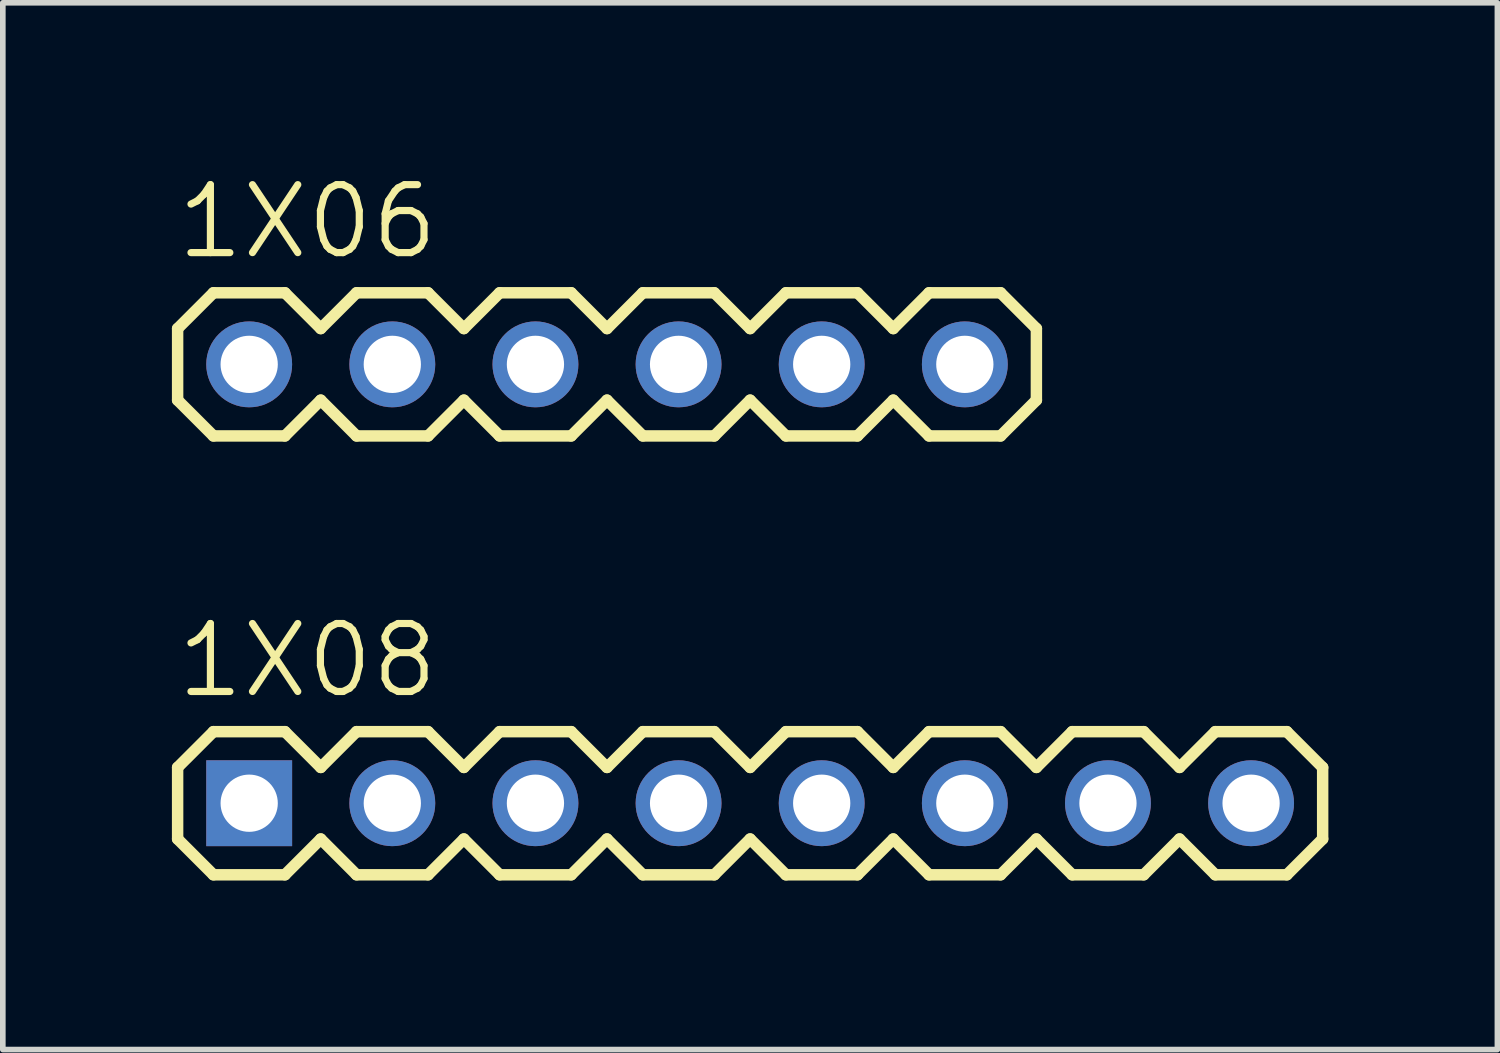
<source format=kicad_pcb>
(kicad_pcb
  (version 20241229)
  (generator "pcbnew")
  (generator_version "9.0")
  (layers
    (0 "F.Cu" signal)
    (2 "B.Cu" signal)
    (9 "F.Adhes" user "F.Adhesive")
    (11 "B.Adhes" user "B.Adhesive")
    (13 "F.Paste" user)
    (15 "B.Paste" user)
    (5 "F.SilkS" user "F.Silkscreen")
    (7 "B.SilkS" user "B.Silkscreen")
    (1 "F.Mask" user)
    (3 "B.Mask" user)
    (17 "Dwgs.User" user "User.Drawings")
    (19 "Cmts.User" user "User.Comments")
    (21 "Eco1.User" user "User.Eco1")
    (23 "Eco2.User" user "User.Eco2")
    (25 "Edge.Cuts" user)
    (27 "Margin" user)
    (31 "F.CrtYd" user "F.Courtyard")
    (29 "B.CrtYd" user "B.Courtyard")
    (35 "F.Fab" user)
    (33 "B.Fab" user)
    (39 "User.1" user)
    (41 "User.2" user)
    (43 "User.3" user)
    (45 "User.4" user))
  (footprint "1X08"
    (layer "F.Cu")
    (at 1.372 11.204)
    (property "Reference" "1X08" (at -1.346 -1.829 0) (layer "F.SilkS") (effects (font (size 1.206 1.206) (thickness 0.127)) (justify left bottom)))
    (attr through_hole)
    (fp_line (start -1.27 -0.635) (end -1.27 0.635) (stroke (width 0.203) (type solid)) (layer "F.SilkS"))
    (fp_line (start -1.27 0.635) (end -0.635 1.27) (stroke (width 0.203) (type solid)) (layer "F.SilkS"))
    (fp_line (start -0.635 -1.27) (end -1.27 -0.635) (stroke (width 0.203) (type solid)) (layer "F.SilkS"))
    (fp_line (start -0.635 -1.27) (end 0.635 -1.27) (stroke (width 0.203) (type solid)) (layer "F.SilkS"))
    (fp_line (start 0.635 -1.27) (end 1.27 -0.635) (stroke (width 0.203) (type solid)) (layer "F.SilkS"))
    (fp_line (start 0.635 1.27) (end -0.635 1.27) (stroke (width 0.203) (type solid)) (layer "F.SilkS"))
    (fp_line (start 1.27 -0.635) (end 1.905 -1.27) (stroke (width 0.203) (type solid)) (layer "F.SilkS"))
    (fp_line (start 1.27 0.635) (end 0.635 1.27) (stroke (width 0.203) (type solid)) (layer "F.SilkS"))
    (fp_line (start 1.905 -1.27) (end 3.175 -1.27) (stroke (width 0.203) (type solid)) (layer "F.SilkS"))
    (fp_line (start 1.905 1.27) (end 1.27 0.635) (stroke (width 0.203) (type solid)) (layer "F.SilkS"))
    (fp_line (start 3.175 -1.27) (end 3.81 -0.635) (stroke (width 0.203) (type solid)) (layer "F.SilkS"))
    (fp_line (start 3.175 1.27) (end 1.905 1.27) (stroke (width 0.203) (type solid)) (layer "F.SilkS"))
    (fp_line (start 3.81 -0.635) (end 4.445 -1.27) (stroke (width 0.203) (type solid)) (layer "F.SilkS"))
    (fp_line (start 3.81 0.635) (end 3.175 1.27) (stroke (width 0.203) (type solid)) (layer "F.SilkS"))
    (fp_line (start 4.445 -1.27) (end 5.715 -1.27) (stroke (width 0.203) (type solid)) (layer "F.SilkS"))
    (fp_line (start 4.445 1.27) (end 3.81 0.635) (stroke (width 0.203) (type solid)) (layer "F.SilkS"))
    (fp_line (start 5.715 -1.27) (end 6.35 -0.635) (stroke (width 0.203) (type solid)) (layer "F.SilkS"))
    (fp_line (start 5.715 1.27) (end 4.445 1.27) (stroke (width 0.203) (type solid)) (layer "F.SilkS"))
    (fp_line (start 6.35 0.635) (end 5.715 1.27) (stroke (width 0.203) (type solid)) (layer "F.SilkS"))
    (fp_line (start 6.35 0.635) (end 6.985 1.27) (stroke (width 0.203) (type solid)) (layer "F.SilkS"))
    (fp_line (start 6.985 -1.27) (end 6.35 -0.635) (stroke (width 0.203) (type solid)) (layer "F.SilkS"))
    (fp_line (start 6.985 -1.27) (end 8.255 -1.27) (stroke (width 0.203) (type solid)) (layer "F.SilkS"))
    (fp_line (start 8.255 -1.27) (end 8.89 -0.635) (stroke (width 0.203) (type solid)) (layer "F.SilkS"))
    (fp_line (start 8.255 1.27) (end 6.985 1.27) (stroke (width 0.203) (type solid)) (layer "F.SilkS"))
    (fp_line (start 8.89 -0.635) (end 9.525 -1.27) (stroke (width 0.203) (type solid)) (layer "F.SilkS"))
    (fp_line (start 8.89 0.635) (end 8.255 1.27) (stroke (width 0.203) (type solid)) (layer "F.SilkS"))
    (fp_line (start 9.525 -1.27) (end 10.795 -1.27) (stroke (width 0.203) (type solid)) (layer "F.SilkS"))
    (fp_line (start 9.525 1.27) (end 8.89 0.635) (stroke (width 0.203) (type solid)) (layer "F.SilkS"))
    (fp_line (start 10.795 -1.27) (end 11.43 -0.635) (stroke (width 0.203) (type solid)) (layer "F.SilkS"))
    (fp_line (start 10.795 1.27) (end 9.525 1.27) (stroke (width 0.203) (type solid)) (layer "F.SilkS"))
    (fp_line (start 11.43 -0.635) (end 12.065 -1.27) (stroke (width 0.203) (type solid)) (layer "F.SilkS"))
    (fp_line (start 11.43 0.635) (end 10.795 1.27) (stroke (width 0.203) (type solid)) (layer "F.SilkS"))
    (fp_line (start 12.065 -1.27) (end 13.335 -1.27) (stroke (width 0.203) (type solid)) (layer "F.SilkS"))
    (fp_line (start 12.065 1.27) (end 11.43 0.635) (stroke (width 0.203) (type solid)) (layer "F.SilkS"))
    (fp_line (start 13.335 -1.27) (end 13.97 -0.635) (stroke (width 0.203) (type solid)) (layer "F.SilkS"))
    (fp_line (start 13.335 1.27) (end 12.065 1.27) (stroke (width 0.203) (type solid)) (layer "F.SilkS"))
    (fp_line (start 13.97 0.635) (end 13.335 1.27) (stroke (width 0.203) (type solid)) (layer "F.SilkS"))
    (fp_line (start 13.97 0.635) (end 14.605 1.27) (stroke (width 0.203) (type solid)) (layer "F.SilkS"))
    (fp_line (start 14.605 -1.27) (end 13.97 -0.635) (stroke (width 0.203) (type solid)) (layer "F.SilkS"))
    (fp_line (start 14.605 -1.27) (end 15.875 -1.27) (stroke (width 0.203) (type solid)) (layer "F.SilkS"))
    (fp_line (start 15.875 -1.27) (end 16.51 -0.635) (stroke (width 0.203) (type solid)) (layer "F.SilkS"))
    (fp_line (start 15.875 1.27) (end 14.605 1.27) (stroke (width 0.203) (type solid)) (layer "F.SilkS"))
    (fp_line (start 16.51 0.635) (end 15.875 1.27) (stroke (width 0.203) (type solid)) (layer "F.SilkS"))
    (fp_line (start 16.51 0.635) (end 17.145 1.27) (stroke (width 0.203) (type solid)) (layer "F.SilkS"))
    (fp_line (start 17.145 -1.27) (end 16.51 -0.635) (stroke (width 0.203) (type solid)) (layer "F.SilkS"))
    (fp_line (start 17.145 -1.27) (end 18.415 -1.27) (stroke (width 0.203) (type solid)) (layer "F.SilkS"))
    (fp_line (start 18.415 -1.27) (end 19.05 -0.635) (stroke (width 0.203) (type solid)) (layer "F.SilkS"))
    (fp_line (start 18.415 1.27) (end 17.145 1.27) (stroke (width 0.203) (type solid)) (layer "F.SilkS"))
    (fp_line (start 19.05 -0.635) (end 19.05 0.635) (stroke (width 0.203) (type solid)) (layer "F.SilkS"))
    (fp_line (start 19.05 0.635) (end 18.415 1.27) (stroke (width 0.203) (type solid)) (layer "F.SilkS"))
    (fp_poly (pts (xy -0.254 0.254) (xy 0.254 0.254) (xy 0.254 -0.254) (xy -0.254 -0.254)) (stroke (width 0.1) (type solid)) (fill no) (layer "F.Fab"))
    (fp_poly (pts (xy 2.286 0.254) (xy 2.794 0.254) (xy 2.794 -0.254) (xy 2.286 -0.254)) (stroke (width 0.1) (type solid)) (fill no) (layer "F.Fab"))
    (fp_poly (pts (xy 4.826 0.254) (xy 5.334 0.254) (xy 5.334 -0.254) (xy 4.826 -0.254)) (stroke (width 0.1) (type solid)) (fill no) (layer "F.Fab"))
    (fp_poly (pts (xy 7.366 0.254) (xy 7.874 0.254) (xy 7.874 -0.254) (xy 7.366 -0.254)) (stroke (width 0.1) (type solid)) (fill no) (layer "F.Fab"))
    (fp_poly (pts (xy 9.906 0.254) (xy 10.414 0.254) (xy 10.414 -0.254) (xy 9.906 -0.254)) (stroke (width 0.1) (type solid)) (fill no) (layer "F.Fab"))
    (fp_poly (pts (xy 12.446 0.254) (xy 12.954 0.254) (xy 12.954 -0.254) (xy 12.446 -0.254)) (stroke (width 0.1) (type solid)) (fill no) (layer "F.Fab"))
    (fp_poly (pts (xy 14.986 0.254) (xy 15.494 0.254) (xy 15.494 -0.254) (xy 14.986 -0.254)) (stroke (width 0.1) (type solid)) (fill no) (layer "F.Fab"))
    (fp_poly (pts (xy 17.526 0.254) (xy 18.034 0.254) (xy 18.034 -0.254) (xy 17.526 -0.254)) (stroke (width 0.1) (type solid)) (fill no) (layer "F.Fab"))
    (pad "1" thru_hole rect (at 0 0 90) (size 1.524 1.524) (drill 1.016) (layers "*.Cu" "*.Mask"))
    (pad "2" thru_hole circle (at 2.54 0 90) (size 1.524 1.524) (drill 1.016) (layers "*.Cu" "*.Mask"))
    (pad "3" thru_hole circle (at 5.08 0 90) (size 1.524 1.524) (drill 1.016) (layers "*.Cu" "*.Mask"))
    (pad "4" thru_hole circle (at 7.62 0 90) (size 1.524 1.524) (drill 1.016) (layers "*.Cu" "*.Mask"))
    (pad "5" thru_hole circle (at 10.16 0 90) (size 1.524 1.524) (drill 1.016) (layers "*.Cu" "*.Mask"))
    (pad "6" thru_hole circle (at 12.7 0 90) (size 1.524 1.524) (drill 1.016) (layers "*.Cu" "*.Mask"))
    (pad "7" thru_hole circle (at 15.24 0 90) (size 1.524 1.524) (drill 1.016) (layers "*.Cu" "*.Mask"))
    (pad "8" thru_hole circle (at 17.78 0 90) (size 1.524 1.524) (drill 1.016) (layers "*.Cu" "*.Mask")))
  (footprint "1X06"
    (layer "F.Cu")
    (at 1.372 3.416)
    (property "Reference" "1X06" (at -1.346 -1.829 0) (layer "F.SilkS") (effects (font (size 1.206 1.206) (thickness 0.127)) (justify left bottom)))
    (attr through_hole)
    (fp_line (start -1.27 -0.635) (end -1.27 0.635) (stroke (width 0.203) (type solid)) (layer "F.SilkS"))
    (fp_line (start -1.27 0.635) (end -0.635 1.27) (stroke (width 0.203) (type solid)) (layer "F.SilkS"))
    (fp_line (start -0.635 -1.27) (end -1.27 -0.635) (stroke (width 0.203) (type solid)) (layer "F.SilkS"))
    (fp_line (start -0.635 -1.27) (end 0.635 -1.27) (stroke (width 0.203) (type solid)) (layer "F.SilkS"))
    (fp_line (start 0.635 -1.27) (end 1.27 -0.635) (stroke (width 0.203) (type solid)) (layer "F.SilkS"))
    (fp_line (start 0.635 1.27) (end -0.635 1.27) (stroke (width 0.203) (type solid)) (layer "F.SilkS"))
    (fp_line (start 1.27 -0.635) (end 1.905 -1.27) (stroke (width 0.203) (type solid)) (layer "F.SilkS"))
    (fp_line (start 1.27 0.635) (end 0.635 1.27) (stroke (width 0.203) (type solid)) (layer "F.SilkS"))
    (fp_line (start 1.905 -1.27) (end 3.175 -1.27) (stroke (width 0.203) (type solid)) (layer "F.SilkS"))
    (fp_line (start 1.905 1.27) (end 1.27 0.635) (stroke (width 0.203) (type solid)) (layer "F.SilkS"))
    (fp_line (start 3.175 -1.27) (end 3.81 -0.635) (stroke (width 0.203) (type solid)) (layer "F.SilkS"))
    (fp_line (start 3.175 1.27) (end 1.905 1.27) (stroke (width 0.203) (type solid)) (layer "F.SilkS"))
    (fp_line (start 3.81 -0.635) (end 4.445 -1.27) (stroke (width 0.203) (type solid)) (layer "F.SilkS"))
    (fp_line (start 3.81 0.635) (end 3.175 1.27) (stroke (width 0.203) (type solid)) (layer "F.SilkS"))
    (fp_line (start 4.445 -1.27) (end 5.715 -1.27) (stroke (width 0.203) (type solid)) (layer "F.SilkS"))
    (fp_line (start 4.445 1.27) (end 3.81 0.635) (stroke (width 0.203) (type solid)) (layer "F.SilkS"))
    (fp_line (start 5.715 -1.27) (end 6.35 -0.635) (stroke (width 0.203) (type solid)) (layer "F.SilkS"))
    (fp_line (start 5.715 1.27) (end 4.445 1.27) (stroke (width 0.203) (type solid)) (layer "F.SilkS"))
    (fp_line (start 6.35 0.635) (end 5.715 1.27) (stroke (width 0.203) (type solid)) (layer "F.SilkS"))
    (fp_line (start 6.35 0.635) (end 6.985 1.27) (stroke (width 0.203) (type solid)) (layer "F.SilkS"))
    (fp_line (start 6.985 -1.27) (end 6.35 -0.635) (stroke (width 0.203) (type solid)) (layer "F.SilkS"))
    (fp_line (start 6.985 -1.27) (end 8.255 -1.27) (stroke (width 0.203) (type solid)) (layer "F.SilkS"))
    (fp_line (start 8.255 -1.27) (end 8.89 -0.635) (stroke (width 0.203) (type solid)) (layer "F.SilkS"))
    (fp_line (start 8.255 1.27) (end 6.985 1.27) (stroke (width 0.203) (type solid)) (layer "F.SilkS"))
    (fp_line (start 8.89 -0.635) (end 9.525 -1.27) (stroke (width 0.203) (type solid)) (layer "F.SilkS"))
    (fp_line (start 8.89 0.635) (end 8.255 1.27) (stroke (width 0.203) (type solid)) (layer "F.SilkS"))
    (fp_line (start 9.525 -1.27) (end 10.795 -1.27) (stroke (width 0.203) (type solid)) (layer "F.SilkS"))
    (fp_line (start 9.525 1.27) (end 8.89 0.635) (stroke (width 0.203) (type solid)) (layer "F.SilkS"))
    (fp_line (start 10.795 -1.27) (end 11.43 -0.635) (stroke (width 0.203) (type solid)) (layer "F.SilkS"))
    (fp_line (start 10.795 1.27) (end 9.525 1.27) (stroke (width 0.203) (type solid)) (layer "F.SilkS"))
    (fp_line (start 11.43 -0.635) (end 12.065 -1.27) (stroke (width 0.203) (type solid)) (layer "F.SilkS"))
    (fp_line (start 11.43 0.635) (end 10.795 1.27) (stroke (width 0.203) (type solid)) (layer "F.SilkS"))
    (fp_line (start 12.065 -1.27) (end 13.335 -1.27) (stroke (width 0.203) (type solid)) (layer "F.SilkS"))
    (fp_line (start 12.065 1.27) (end 11.43 0.635) (stroke (width 0.203) (type solid)) (layer "F.SilkS"))
    (fp_line (start 13.335 -1.27) (end 13.97 -0.635) (stroke (width 0.203) (type solid)) (layer "F.SilkS"))
    (fp_line (start 13.335 1.27) (end 12.065 1.27) (stroke (width 0.203) (type solid)) (layer "F.SilkS"))
    (fp_line (start 13.97 -0.635) (end 13.97 0.635) (stroke (width 0.203) (type solid)) (layer "F.SilkS"))
    (fp_line (start 13.97 0.635) (end 13.335 1.27) (stroke (width 0.203) (type solid)) (layer "F.SilkS"))
    (fp_poly (pts (xy -0.254 0.254) (xy 0.254 0.254) (xy 0.254 -0.254) (xy -0.254 -0.254)) (stroke (width 0.1) (type solid)) (fill no) (layer "F.Fab"))
    (fp_poly (pts (xy 2.286 0.254) (xy 2.794 0.254) (xy 2.794 -0.254) (xy 2.286 -0.254)) (stroke (width 0.1) (type solid)) (fill no) (layer "F.Fab"))
    (fp_poly (pts (xy 4.826 0.254) (xy 5.334 0.254) (xy 5.334 -0.254) (xy 4.826 -0.254)) (stroke (width 0.1) (type solid)) (fill no) (layer "F.Fab"))
    (fp_poly (pts (xy 7.366 0.254) (xy 7.874 0.254) (xy 7.874 -0.254) (xy 7.366 -0.254)) (stroke (width 0.1) (type solid)) (fill no) (layer "F.Fab"))
    (fp_poly (pts (xy 9.906 0.254) (xy 10.414 0.254) (xy 10.414 -0.254) (xy 9.906 -0.254)) (stroke (width 0.1) (type solid)) (fill no) (layer "F.Fab"))
    (fp_poly (pts (xy 12.446 0.254) (xy 12.954 0.254) (xy 12.954 -0.254) (xy 12.446 -0.254)) (stroke (width 0.1) (type solid)) (fill no) (layer "F.Fab"))
    (pad "1" thru_hole circle (at 0 0 90) (size 1.524 1.524) (drill 1.016) (layers "*.Cu" "*.Mask"))
    (pad "2" thru_hole circle (at 2.54 0 90) (size 1.524 1.524) (drill 1.016) (layers "*.Cu" "*.Mask"))
    (pad "3" thru_hole circle (at 5.08 0 90) (size 1.524 1.524) (drill 1.016) (layers "*.Cu" "*.Mask"))
    (pad "4" thru_hole circle (at 7.62 0 90) (size 1.524 1.524) (drill 1.016) (layers "*.Cu" "*.Mask"))
    (pad "5" thru_hole circle (at 10.16 0 90) (size 1.524 1.524) (drill 1.016) (layers "*.Cu" "*.Mask"))
    (pad "6" thru_hole circle (at 12.7 0 90) (size 1.524 1.524) (drill 1.016) (layers "*.Cu" "*.Mask")))
  (gr_rect
    (start -3 -3)
    (end 23.523 15.576)
    (stroke (width 0.1) (type default))
    (fill no)
    (layer "Edge.Cuts")))
</source>
